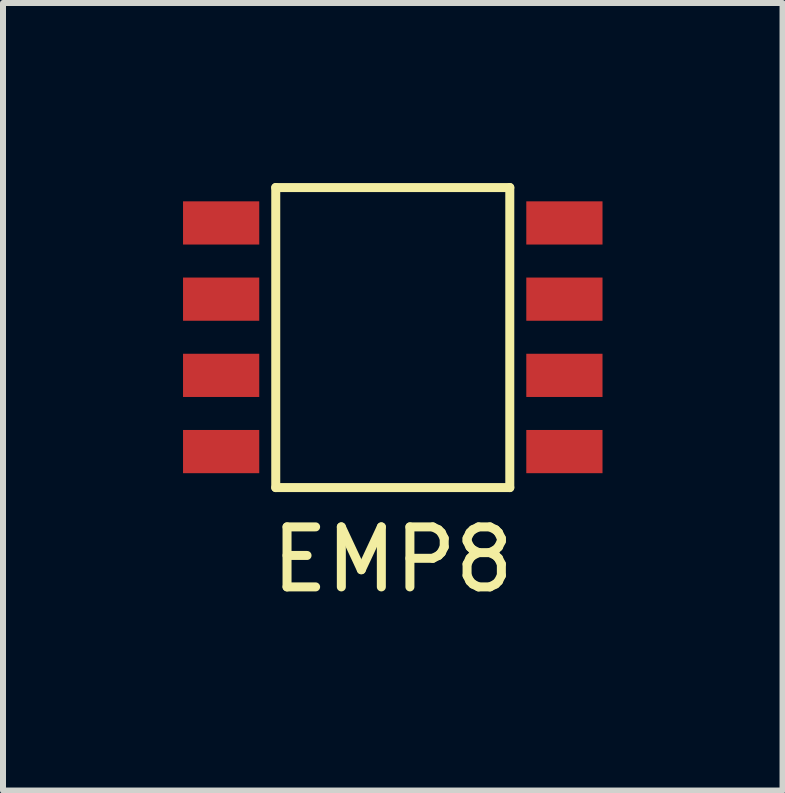
<source format=kicad_pcb>
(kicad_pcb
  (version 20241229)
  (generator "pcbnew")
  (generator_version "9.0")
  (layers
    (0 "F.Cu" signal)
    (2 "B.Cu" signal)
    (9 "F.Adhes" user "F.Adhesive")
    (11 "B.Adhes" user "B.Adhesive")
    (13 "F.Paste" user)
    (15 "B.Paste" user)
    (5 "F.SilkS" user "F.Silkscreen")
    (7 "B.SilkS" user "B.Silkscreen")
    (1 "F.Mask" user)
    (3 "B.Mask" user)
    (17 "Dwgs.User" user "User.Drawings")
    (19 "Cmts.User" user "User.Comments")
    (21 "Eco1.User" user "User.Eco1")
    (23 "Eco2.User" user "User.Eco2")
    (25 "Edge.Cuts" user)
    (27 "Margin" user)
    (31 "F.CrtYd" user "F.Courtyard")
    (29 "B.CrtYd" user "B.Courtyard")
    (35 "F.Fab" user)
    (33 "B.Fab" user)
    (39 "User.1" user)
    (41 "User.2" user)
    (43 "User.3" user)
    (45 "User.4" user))
  (footprint "EMP8"
    (layer "F.Cu")
    (at 3.495 2.575)
    (property "Reference" "EMP8" (at 0 3.7 0) (layer "F.SilkS") (effects (font (size 1 1) (thickness 0.15))))
    (attr through_hole)
    (fp_line (start -1.95 -2.5) (end -1.95 2.5) (stroke (width 0.15) (type solid)) (layer "F.SilkS"))
    (fp_line (start -1.95 2.5) (end 1.95 2.5) (stroke (width 0.15) (type solid)) (layer "F.SilkS"))
    (fp_line (start 1.95 -2.5) (end -1.95 -2.5) (stroke (width 0.15) (type solid)) (layer "F.SilkS"))
    (fp_line (start 1.95 2.5) (end 1.95 -2.5) (stroke (width 0.15) (type solid)) (layer "F.SilkS"))
    (pad "1" smd rect (at -2.86 -1.91) (size 1.27 0.72) (layers "F.Cu" "F.Mask" "F.Paste"))
    (pad "2" smd rect (at -2.86 -0.64) (size 1.27 0.72) (layers "F.Cu" "F.Mask" "F.Paste"))
    (pad "3" smd rect (at -2.86 0.63) (size 1.27 0.72) (layers "F.Cu" "F.Mask" "F.Paste"))
    (pad "4" smd rect (at -2.86 1.9) (size 1.27 0.72) (layers "F.Cu" "F.Mask" "F.Paste"))
    (pad "5" smd rect (at 2.86 1.9) (size 1.27 0.72) (layers "F.Cu" "F.Mask" "F.Paste"))
    (pad "6" smd rect (at 2.86 0.63) (size 1.27 0.72) (layers "F.Cu" "F.Mask" "F.Paste"))
    (pad "7" smd rect (at 2.86 -0.64) (size 1.27 0.72) (layers "F.Cu" "F.Mask" "F.Paste"))
    (pad "8" smd rect (at 2.86 -1.91) (size 1.27 0.72) (layers "F.Cu" "F.Mask" "F.Paste")))
  (gr_rect
    (start -3 -3)
    (end 9.99 10.123)
    (stroke (width 0.1) (type default))
    (fill no)
    (layer "Edge.Cuts")))
</source>
